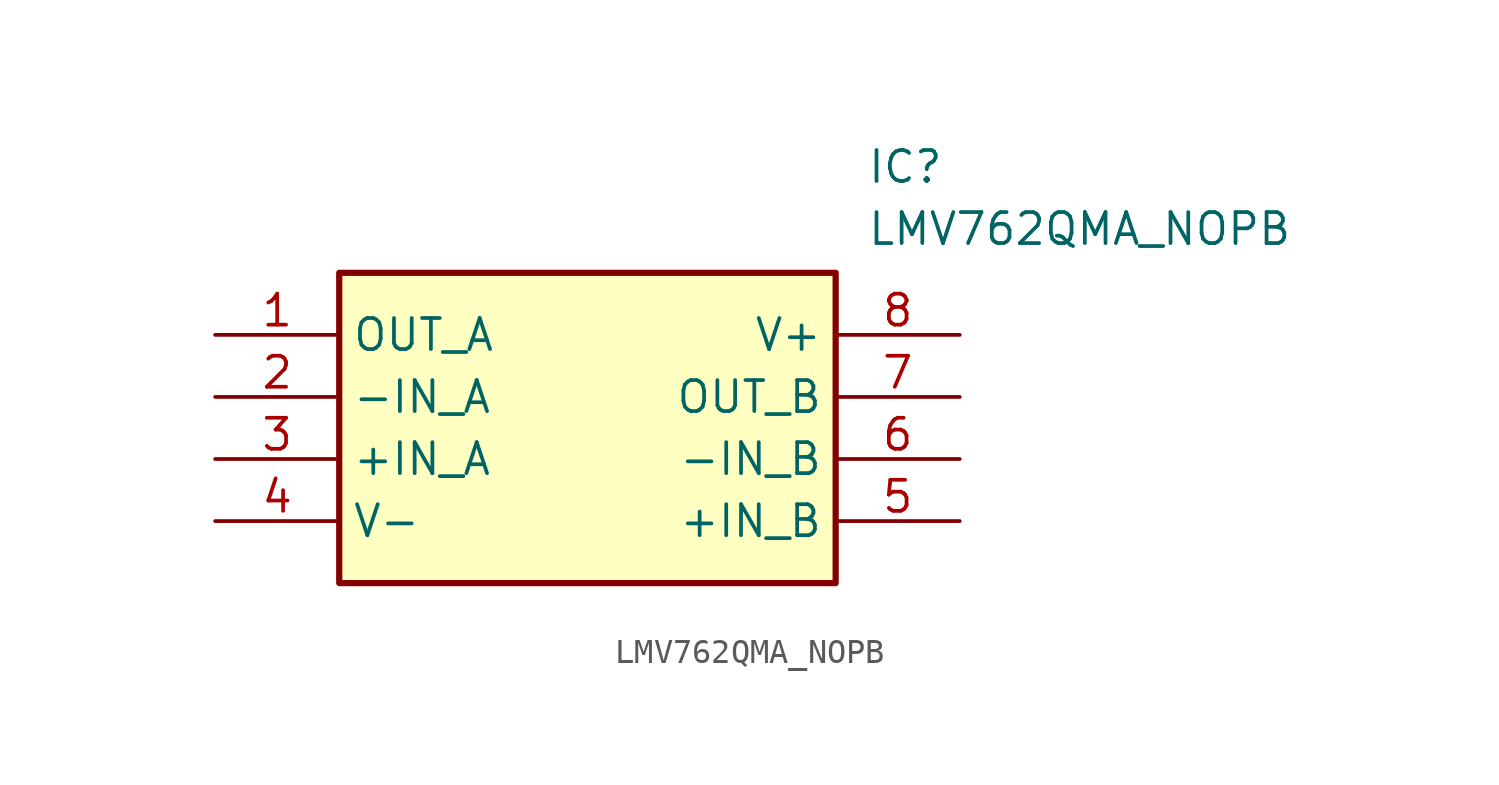
<source format=kicad_sym>
(kicad_symbol_lib
  (version 20211014)
  (generator SamacSys_ECAD_Model)
  (symbol "LMV762QMA_NOPB"
    (property "Reference" "IC"
      (at 26.67 7.62 0)
      (effects (font (size 1.27 1.27)) (justify left top)))
    (property "Value" "LMV762QMA_NOPB"
      (at 26.67 5.08 0)
      (effects (font (size 1.27 1.27)) (justify left top)))
    (rectangle
      (start 5.08 2.54)
      (end 25.4 -10.16)
      (stroke (width 0.254) (type default))
      (fill (type background)))
    (pin passive line
      (at 0 0 0)
      (length 5.08)
      (name "OUT_A" (effects (font (size 1.27 1.27))))
      (number "1" (effects (font (size 1.27 1.27)))))
    (pin passive line
      (at 0 -2.54 0)
      (length 5.08)
      (name "-IN_A" (effects (font (size 1.27 1.27))))
      (number "2" (effects (font (size 1.27 1.27)))))
    (pin passive line
      (at 0 -5.08 0)
      (length 5.08)
      (name "+IN_A" (effects (font (size 1.27 1.27))))
      (number "3" (effects (font (size 1.27 1.27)))))
    (pin passive line
      (at 0 -7.62 0)
      (length 5.08)
      (name "V-" (effects (font (size 1.27 1.27))))
      (number "4" (effects (font (size 1.27 1.27)))))
    (pin passive line
      (at 30.48 0 180)
      (length 5.08)
      (name "V+" (effects (font (size 1.27 1.27))))
      (number "8" (effects (font (size 1.27 1.27)))))
    (pin passive line
      (at 30.48 -2.54 180)
      (length 5.08)
      (name "OUT_B" (effects (font (size 1.27 1.27))))
      (number "7" (effects (font (size 1.27 1.27)))))
    (pin passive line
      (at 30.48 -5.08 180)
      (length 5.08)
      (name "-IN_B" (effects (font (size 1.27 1.27))))
      (number "6" (effects (font (size 1.27 1.27)))))
    (pin passive line
      (at 30.48 -7.62 180)
      (length 5.08)
      (name "+IN_B" (effects (font (size 1.27 1.27))))
      (number "5" (effects (font (size 1.27 1.27)))))))
</source>
